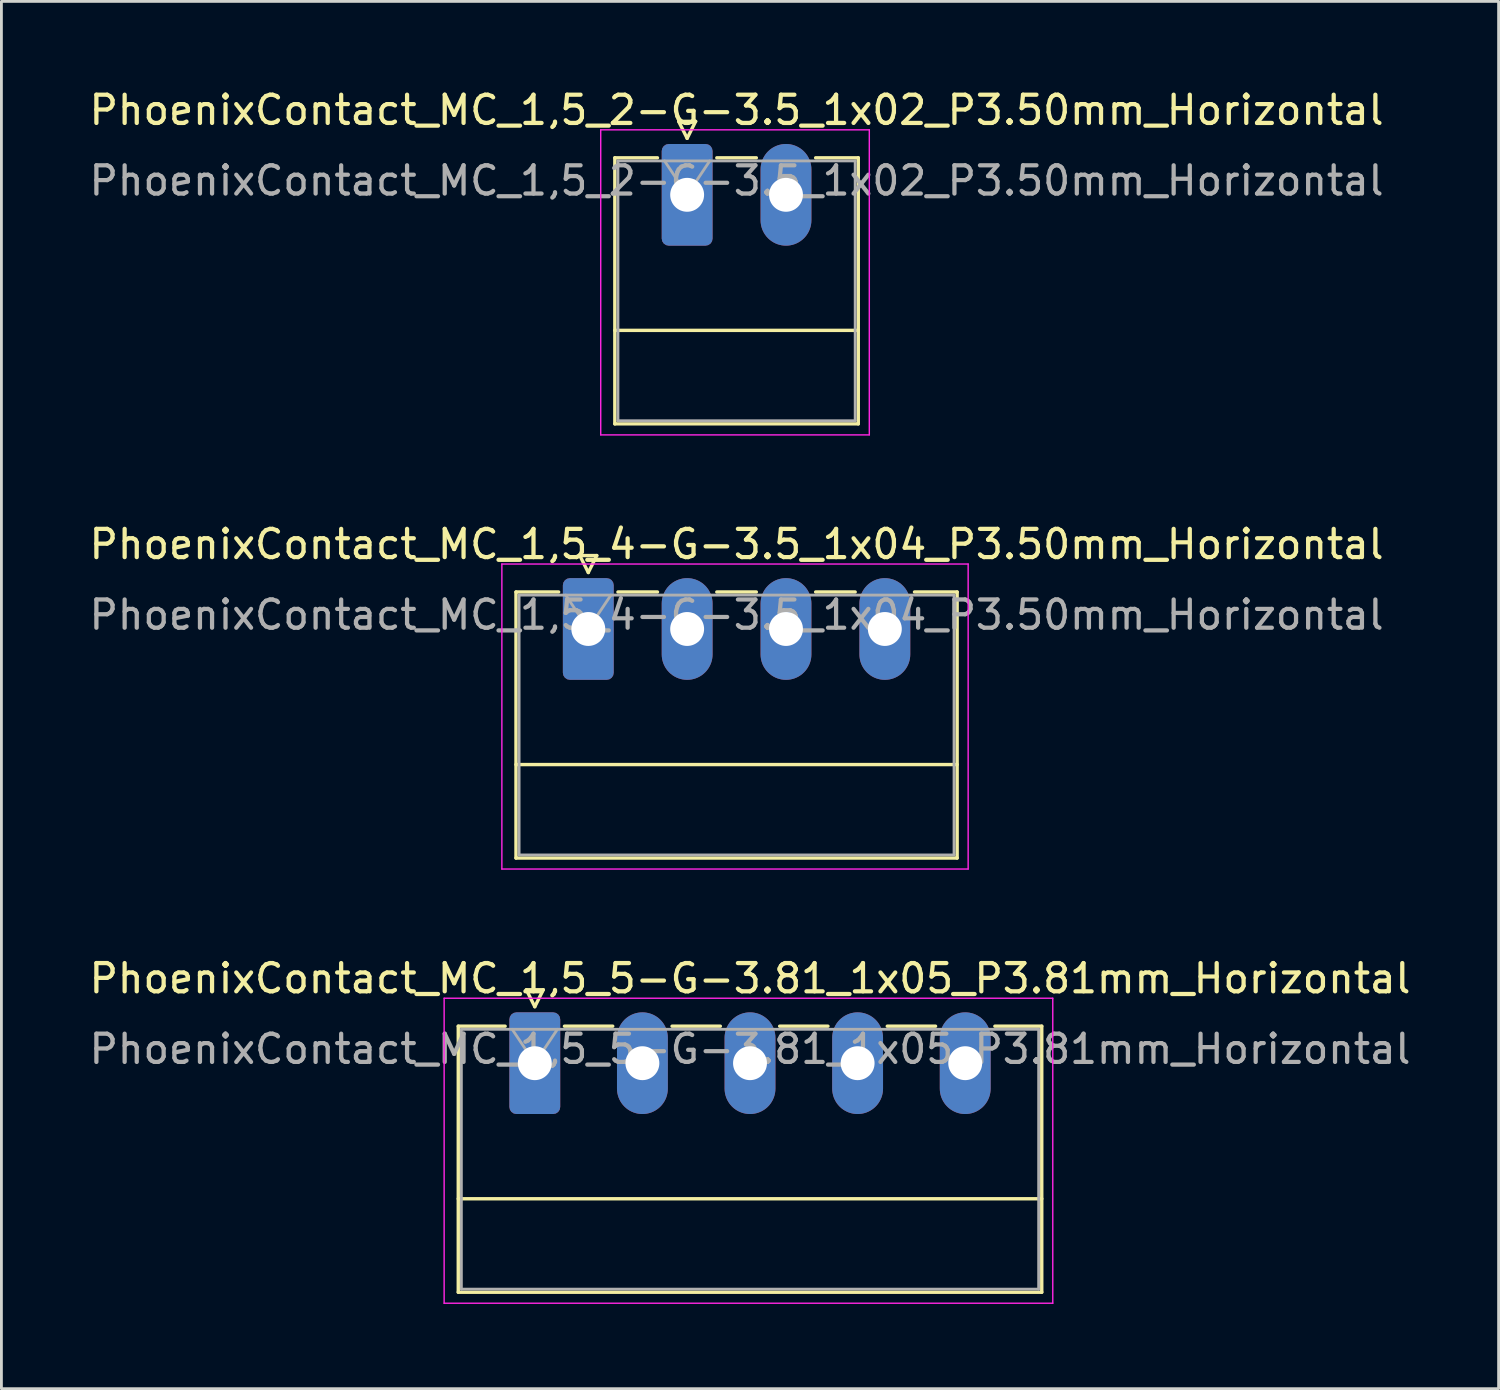
<source format=kicad_pcb>
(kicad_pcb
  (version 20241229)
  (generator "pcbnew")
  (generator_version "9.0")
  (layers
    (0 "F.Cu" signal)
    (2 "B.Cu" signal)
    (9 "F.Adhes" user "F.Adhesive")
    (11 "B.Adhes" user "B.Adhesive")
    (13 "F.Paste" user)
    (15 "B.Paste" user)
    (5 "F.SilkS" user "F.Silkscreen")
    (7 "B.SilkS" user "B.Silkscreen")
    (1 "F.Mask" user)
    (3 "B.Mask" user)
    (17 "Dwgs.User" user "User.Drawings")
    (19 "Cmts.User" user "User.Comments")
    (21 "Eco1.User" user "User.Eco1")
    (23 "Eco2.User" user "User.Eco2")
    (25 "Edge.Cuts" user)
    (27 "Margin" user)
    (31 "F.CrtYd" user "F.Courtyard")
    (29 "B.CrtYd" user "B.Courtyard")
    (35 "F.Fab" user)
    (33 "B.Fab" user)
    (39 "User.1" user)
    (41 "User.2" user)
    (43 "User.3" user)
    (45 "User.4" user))
  (footprint "PhoenixContact_MC_1,5_2-G-3.5_1x02_P3.50mm_Horizontal"
    (layer "F.Cu")
    (at 21.28 3.848)
    (property "Reference" "PhoenixContact_MC_1,5_2-G-3.5_1x02_P3.50mm_Horizontal" (at 1.75 -3 0) (layer "F.SilkS") (effects (font (size 1 1) (thickness 0.15))))
    (attr through_hole)
    (fp_line (start -2.56 -1.31) (end -2.56 8.11) (stroke (width 0.12) (type solid)) (layer "F.SilkS"))
    (fp_line (start -2.56 -1.31) (end -1.05 -1.31) (stroke (width 0.12) (type solid)) (layer "F.SilkS"))
    (fp_line (start -2.56 4.8) (end 6.06 4.8) (stroke (width 0.12) (type solid)) (layer "F.SilkS"))
    (fp_line (start -2.56 8.11) (end 6.06 8.11) (stroke (width 0.12) (type solid)) (layer "F.SilkS"))
    (fp_line (start -0.3 -2.6) (end 0.3 -2.6) (stroke (width 0.12) (type solid)) (layer "F.SilkS"))
    (fp_line (start 0 -2) (end -0.3 -2.6) (stroke (width 0.12) (type solid)) (layer "F.SilkS"))
    (fp_line (start 0.3 -2.6) (end 0 -2) (stroke (width 0.12) (type solid)) (layer "F.SilkS"))
    (fp_line (start 1.05 -1.31) (end 2.45 -1.31) (stroke (width 0.12) (type solid)) (layer "F.SilkS"))
    (fp_line (start 6.06 -1.31) (end 4.55 -1.31) (stroke (width 0.12) (type solid)) (layer "F.SilkS"))
    (fp_line (start 6.06 8.11) (end 6.06 -1.31) (stroke (width 0.12) (type solid)) (layer "F.SilkS"))
    (fp_line (start -3.06 -2.3) (end -3.06 8.5) (stroke (width 0.05) (type solid)) (layer "F.CrtYd"))
    (fp_line (start -3.06 8.5) (end 6.45 8.5) (stroke (width 0.05) (type solid)) (layer "F.CrtYd"))
    (fp_line (start 6.45 -2.3) (end -3.06 -2.3) (stroke (width 0.05) (type solid)) (layer "F.CrtYd"))
    (fp_line (start 6.45 8.5) (end 6.45 -2.3) (stroke (width 0.05) (type solid)) (layer "F.CrtYd"))
    (fp_line (start -2.45 -1.2) (end -2.45 8) (stroke (width 0.1) (type solid)) (layer "F.Fab"))
    (fp_line (start -2.45 8) (end 5.95 8) (stroke (width 0.1) (type solid)) (layer "F.Fab"))
    (fp_line (start 0 0) (end -0.8 -1.2) (stroke (width 0.1) (type solid)) (layer "F.Fab"))
    (fp_line (start 0.8 -1.2) (end 0 0) (stroke (width 0.1) (type solid)) (layer "F.Fab"))
    (fp_line (start 5.95 -1.2) (end -2.45 -1.2) (stroke (width 0.1) (type solid)) (layer "F.Fab"))
    (fp_line (start 5.95 8) (end 5.95 -1.2) (stroke (width 0.1) (type solid)) (layer "F.Fab"))
    (fp_text user "${REFERENCE}" (at 1.75 -0.5 0) (layer "F.Fab") (effects (font (size 1 1) (thickness 0.15))))
    (pad "1" thru_hole roundrect (at 0 0) (size 1.8 3.6) (drill 1.2) (layers "*.Cu" "*.Mask") (roundrect_rratio 0.139))
    (pad "2" thru_hole oval (at 3.5 0) (size 1.8 3.6) (drill 1.2) (layers "*.Cu" "*.Mask")))
  (footprint "PhoenixContact_MC_1,5_4-G-3.5_1x04_P3.50mm_Horizontal"
    (layer "F.Cu")
    (at 17.78 19.221)
    (property "Reference" "PhoenixContact_MC_1,5_4-G-3.5_1x04_P3.50mm_Horizontal" (at 5.25 -3 0) (layer "F.SilkS") (effects (font (size 1 1) (thickness 0.15))))
    (attr through_hole)
    (fp_line (start -2.56 -1.31) (end -2.56 8.11) (stroke (width 0.12) (type solid)) (layer "F.SilkS"))
    (fp_line (start -2.56 -1.31) (end -1.05 -1.31) (stroke (width 0.12) (type solid)) (layer "F.SilkS"))
    (fp_line (start -2.56 4.8) (end 13.06 4.8) (stroke (width 0.12) (type solid)) (layer "F.SilkS"))
    (fp_line (start -2.56 8.11) (end 13.06 8.11) (stroke (width 0.12) (type solid)) (layer "F.SilkS"))
    (fp_line (start -0.3 -2.6) (end 0.3 -2.6) (stroke (width 0.12) (type solid)) (layer "F.SilkS"))
    (fp_line (start 0 -2) (end -0.3 -2.6) (stroke (width 0.12) (type solid)) (layer "F.SilkS"))
    (fp_line (start 0.3 -2.6) (end 0 -2) (stroke (width 0.12) (type solid)) (layer "F.SilkS"))
    (fp_line (start 1.05 -1.31) (end 2.45 -1.31) (stroke (width 0.12) (type solid)) (layer "F.SilkS"))
    (fp_line (start 4.55 -1.31) (end 5.95 -1.31) (stroke (width 0.12) (type solid)) (layer "F.SilkS"))
    (fp_line (start 8.05 -1.31) (end 9.45 -1.31) (stroke (width 0.12) (type solid)) (layer "F.SilkS"))
    (fp_line (start 13.06 -1.31) (end 11.55 -1.31) (stroke (width 0.12) (type solid)) (layer "F.SilkS"))
    (fp_line (start 13.06 8.11) (end 13.06 -1.31) (stroke (width 0.12) (type solid)) (layer "F.SilkS"))
    (fp_line (start -3.06 -2.3) (end -3.06 8.5) (stroke (width 0.05) (type solid)) (layer "F.CrtYd"))
    (fp_line (start -3.06 8.5) (end 13.45 8.5) (stroke (width 0.05) (type solid)) (layer "F.CrtYd"))
    (fp_line (start 13.45 -2.3) (end -3.06 -2.3) (stroke (width 0.05) (type solid)) (layer "F.CrtYd"))
    (fp_line (start 13.45 8.5) (end 13.45 -2.3) (stroke (width 0.05) (type solid)) (layer "F.CrtYd"))
    (fp_line (start -2.45 -1.2) (end -2.45 8) (stroke (width 0.1) (type solid)) (layer "F.Fab"))
    (fp_line (start -2.45 8) (end 12.95 8) (stroke (width 0.1) (type solid)) (layer "F.Fab"))
    (fp_line (start 0 0) (end -0.8 -1.2) (stroke (width 0.1) (type solid)) (layer "F.Fab"))
    (fp_line (start 0.8 -1.2) (end 0 0) (stroke (width 0.1) (type solid)) (layer "F.Fab"))
    (fp_line (start 12.95 -1.2) (end -2.45 -1.2) (stroke (width 0.1) (type solid)) (layer "F.Fab"))
    (fp_line (start 12.95 8) (end 12.95 -1.2) (stroke (width 0.1) (type solid)) (layer "F.Fab"))
    (fp_text user "${REFERENCE}" (at 5.25 -0.5 0) (layer "F.Fab") (effects (font (size 1 1) (thickness 0.15))))
    (pad "1" thru_hole roundrect (at 0 0) (size 1.8 3.6) (drill 1.2) (layers "*.Cu" "*.Mask") (roundrect_rratio 0.139))
    (pad "2" thru_hole oval (at 3.5 0) (size 1.8 3.6) (drill 1.2) (layers "*.Cu" "*.Mask"))
    (pad "3" thru_hole oval (at 7 0) (size 1.8 3.6) (drill 1.2) (layers "*.Cu" "*.Mask"))
    (pad "4" thru_hole oval (at 10.5 0) (size 1.8 3.6) (drill 1.2) (layers "*.Cu" "*.Mask")))
  (footprint "PhoenixContact_MC_1,5_5-G-3.81_1x05_P3.81mm_Horizontal"
    (layer "F.Cu")
    (at 15.886 34.595)
    (property "Reference" "PhoenixContact_MC_1,5_5-G-3.81_1x05_P3.81mm_Horizontal" (at 7.62 -3 0) (layer "F.SilkS") (effects (font (size 1 1) (thickness 0.15))))
    (attr through_hole)
    (fp_line (start -2.71 -1.31) (end -2.71 8.11) (stroke (width 0.12) (type solid)) (layer "F.SilkS"))
    (fp_line (start -2.71 -1.31) (end -1.05 -1.31) (stroke (width 0.12) (type solid)) (layer "F.SilkS"))
    (fp_line (start -2.71 4.8) (end 17.95 4.8) (stroke (width 0.12) (type solid)) (layer "F.SilkS"))
    (fp_line (start -2.71 8.11) (end 17.95 8.11) (stroke (width 0.12) (type solid)) (layer "F.SilkS"))
    (fp_line (start -0.3 -2.6) (end 0.3 -2.6) (stroke (width 0.12) (type solid)) (layer "F.SilkS"))
    (fp_line (start 0 -2) (end -0.3 -2.6) (stroke (width 0.12) (type solid)) (layer "F.SilkS"))
    (fp_line (start 0.3 -2.6) (end 0 -2) (stroke (width 0.12) (type solid)) (layer "F.SilkS"))
    (fp_line (start 1.05 -1.31) (end 2.76 -1.31) (stroke (width 0.12) (type solid)) (layer "F.SilkS"))
    (fp_line (start 4.86 -1.31) (end 6.57 -1.31) (stroke (width 0.12) (type solid)) (layer "F.SilkS"))
    (fp_line (start 8.67 -1.31) (end 10.38 -1.31) (stroke (width 0.12) (type solid)) (layer "F.SilkS"))
    (fp_line (start 12.48 -1.31) (end 14.19 -1.31) (stroke (width 0.12) (type solid)) (layer "F.SilkS"))
    (fp_line (start 17.95 -1.31) (end 16.29 -1.31) (stroke (width 0.12) (type solid)) (layer "F.SilkS"))
    (fp_line (start 17.95 8.11) (end 17.95 -1.31) (stroke (width 0.12) (type solid)) (layer "F.SilkS"))
    (fp_line (start -3.21 -2.3) (end -3.21 8.5) (stroke (width 0.05) (type solid)) (layer "F.CrtYd"))
    (fp_line (start -3.21 8.5) (end 18.34 8.5) (stroke (width 0.05) (type solid)) (layer "F.CrtYd"))
    (fp_line (start 18.34 -2.3) (end -3.21 -2.3) (stroke (width 0.05) (type solid)) (layer "F.CrtYd"))
    (fp_line (start 18.34 8.5) (end 18.34 -2.3) (stroke (width 0.05) (type solid)) (layer "F.CrtYd"))
    (fp_line (start -2.6 -1.2) (end -2.6 8) (stroke (width 0.1) (type solid)) (layer "F.Fab"))
    (fp_line (start -2.6 8) (end 17.84 8) (stroke (width 0.1) (type solid)) (layer "F.Fab"))
    (fp_line (start 0 0) (end -0.8 -1.2) (stroke (width 0.1) (type solid)) (layer "F.Fab"))
    (fp_line (start 0.8 -1.2) (end 0 0) (stroke (width 0.1) (type solid)) (layer "F.Fab"))
    (fp_line (start 17.84 -1.2) (end -2.6 -1.2) (stroke (width 0.1) (type solid)) (layer "F.Fab"))
    (fp_line (start 17.84 8) (end 17.84 -1.2) (stroke (width 0.1) (type solid)) (layer "F.Fab"))
    (fp_text user "${REFERENCE}" (at 7.62 -0.5 0) (layer "F.Fab") (effects (font (size 1 1) (thickness 0.15))))
    (pad "1" thru_hole roundrect (at 0 0) (size 1.8 3.6) (drill 1.2) (layers "*.Cu" "*.Mask") (roundrect_rratio 0.139))
    (pad "2" thru_hole oval (at 3.81 0) (size 1.8 3.6) (drill 1.2) (layers "*.Cu" "*.Mask"))
    (pad "3" thru_hole oval (at 7.62 0) (size 1.8 3.6) (drill 1.2) (layers "*.Cu" "*.Mask"))
    (pad "4" thru_hole oval (at 11.43 0) (size 1.8 3.6) (drill 1.2) (layers "*.Cu" "*.Mask"))
    (pad "5" thru_hole oval (at 15.24 0) (size 1.8 3.6) (drill 1.2) (layers "*.Cu" "*.Mask")))
  (gr_rect
    (start -3 -3)
    (end 50.012 46.12)
    (stroke (width 0.1) (type default))
    (fill no)
    (layer "Edge.Cuts")))
</source>
